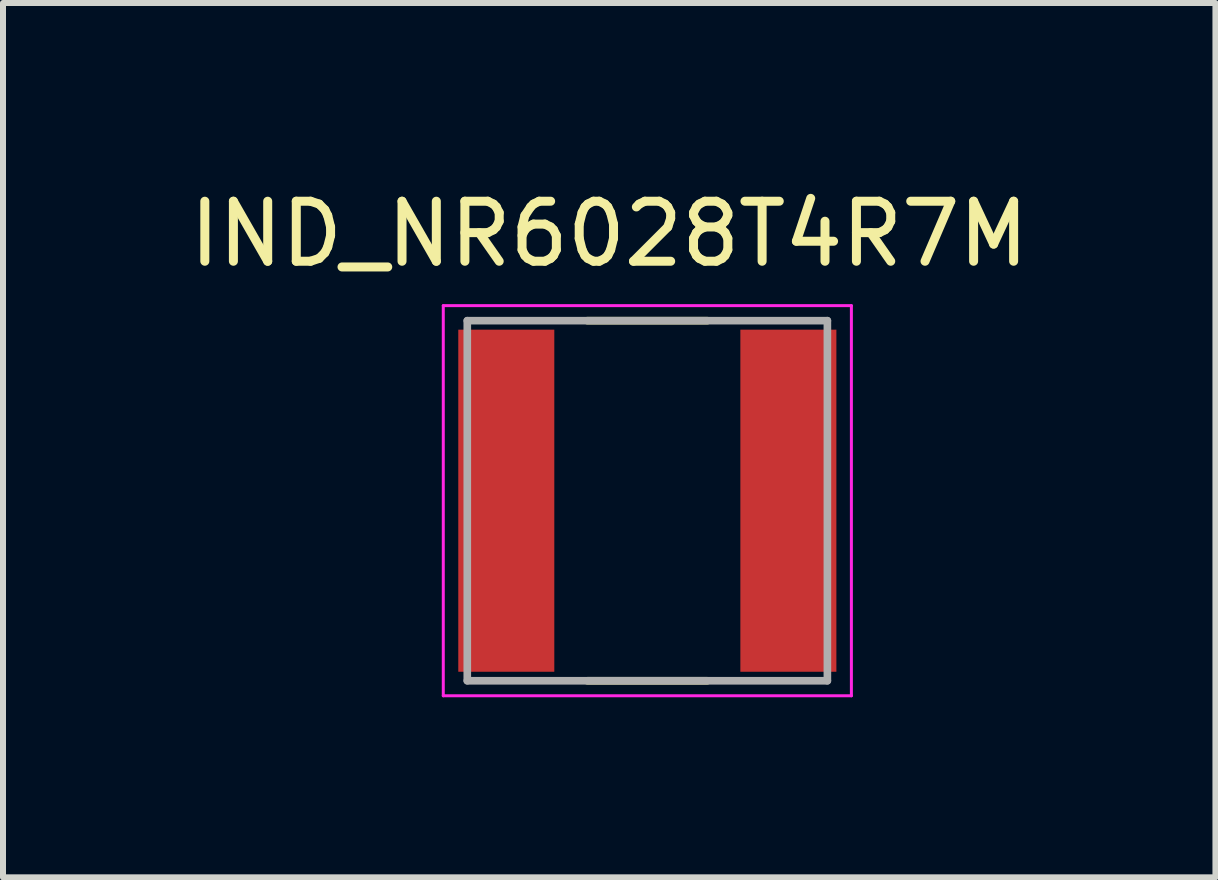
<source format=kicad_pcb>
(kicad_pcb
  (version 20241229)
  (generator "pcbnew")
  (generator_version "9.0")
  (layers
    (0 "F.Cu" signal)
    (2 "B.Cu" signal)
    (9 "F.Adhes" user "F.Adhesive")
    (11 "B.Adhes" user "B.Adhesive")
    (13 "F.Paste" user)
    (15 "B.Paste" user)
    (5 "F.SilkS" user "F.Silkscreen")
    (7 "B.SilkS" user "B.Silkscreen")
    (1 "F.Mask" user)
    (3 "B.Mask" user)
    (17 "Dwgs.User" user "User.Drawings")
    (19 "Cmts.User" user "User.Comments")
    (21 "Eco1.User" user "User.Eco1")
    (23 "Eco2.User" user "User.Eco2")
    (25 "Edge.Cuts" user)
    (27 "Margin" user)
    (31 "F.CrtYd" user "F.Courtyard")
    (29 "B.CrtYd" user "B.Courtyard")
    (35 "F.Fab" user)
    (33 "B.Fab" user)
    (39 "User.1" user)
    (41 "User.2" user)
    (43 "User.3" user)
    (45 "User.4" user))
  (footprint "IND_NR6028T4R7M"
    (layer "F.Cu")
    (at 7.736 5.293)
    (property "Reference" "IND_NR6028T4R7M" (at -0.635 -4.445 0) (layer "F.SilkS") (effects (font (size 1 1) (thickness 0.15))))
    (attr smd)
    (fp_line (start -1 -3) (end 1 -3) (stroke (width 0.127) (type solid)) (layer "F.SilkS"))
    (fp_line (start -1 3) (end 1 3) (stroke (width 0.127) (type solid)) (layer "F.SilkS"))
    (fp_line (start -3.4 -3.25) (end 3.4 -3.25) (stroke (width 0.05) (type solid)) (layer "F.CrtYd"))
    (fp_line (start -3.4 3.25) (end -3.4 -3.25) (stroke (width 0.05) (type solid)) (layer "F.CrtYd"))
    (fp_line (start 3.4 -3.25) (end 3.4 3.25) (stroke (width 0.05) (type solid)) (layer "F.CrtYd"))
    (fp_line (start 3.4 3.25) (end -3.4 3.25) (stroke (width 0.05) (type solid)) (layer "F.CrtYd"))
    (fp_line (start -3 -3) (end 3 -3) (stroke (width 0.127) (type solid)) (layer "F.Fab"))
    (fp_line (start -3 3) (end -3 -3) (stroke (width 0.127) (type solid)) (layer "F.Fab"))
    (fp_line (start 3 -3) (end 3 3) (stroke (width 0.127) (type solid)) (layer "F.Fab"))
    (fp_line (start 3 3) (end -3 3) (stroke (width 0.127) (type solid)) (layer "F.Fab"))
    (pad "1" smd rect (at -2.35 0) (size 1.6 5.7) (layers "F.Cu" "F.Mask" "F.Paste"))
    (pad "2" smd rect (at 2.35 0) (size 1.6 5.7) (layers "F.Cu" "F.Mask" "F.Paste")))
  (gr_rect
    (start -3 -3)
    (end 17.202 11.568)
    (stroke (width 0.1) (type default))
    (fill no)
    (layer "Edge.Cuts")))
</source>
